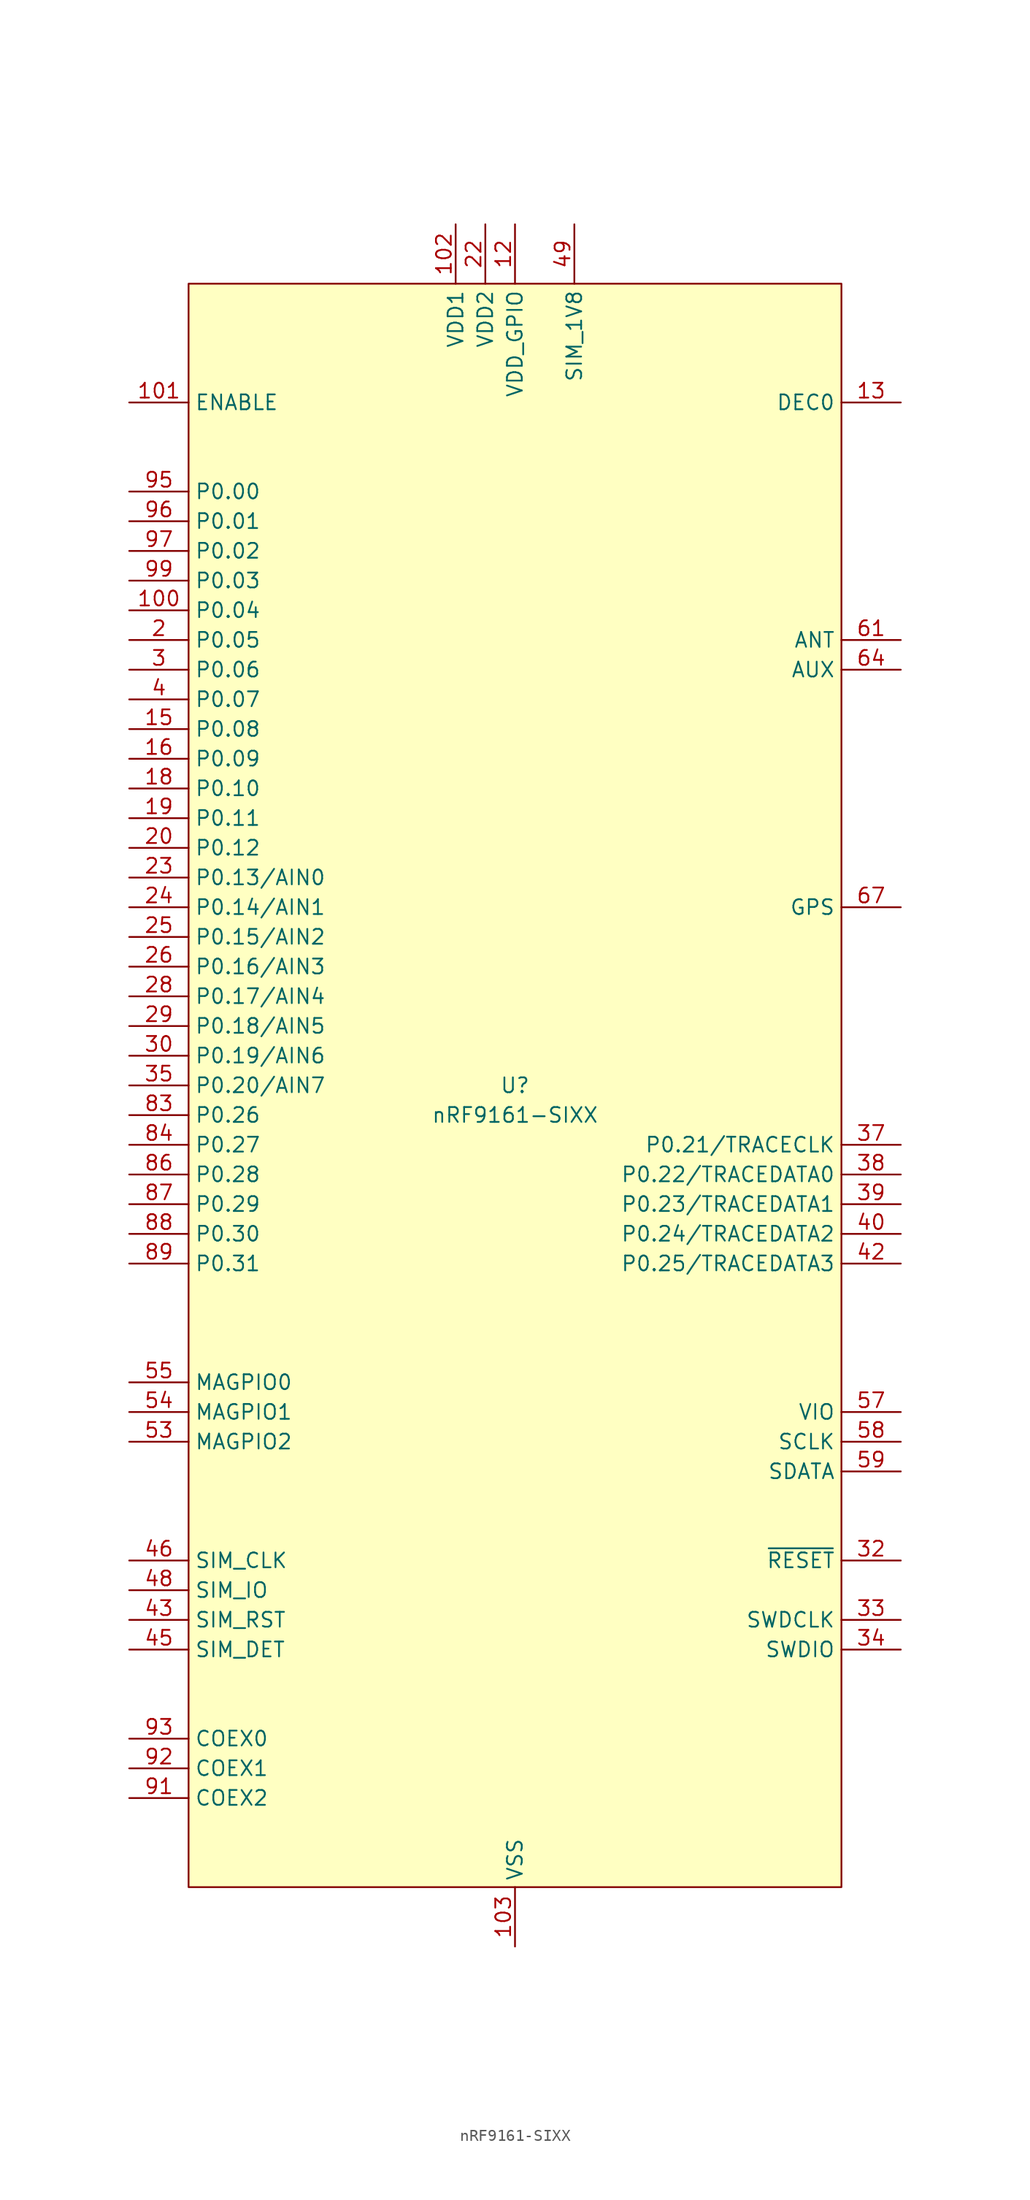
<source format=kicad_sym>
(kicad_symbol_lib
  (version 20241209)
  (generator "kicad_symbol_editor")
  (generator_version "9.0")
  (symbol "nRF9161-SIXX"
    (property "Reference" "U"
      (at 0 0 0)
      (do_not_autoplace)
      (effects (font (size 1.27 1.27))))
    (property "Value" "nRF9161-SIXX"
      (at 0 -2.54 0)
      (do_not_autoplace)
      (effects (font (size 1.27 1.27))))
    (symbol "nRF9161-SIXX_0_0"
      (pin bidirectional line (at -33.02 50.8 0) (length 5.08) (name "P0.00" (effects (font (size 1.27 1.27)))) (number "95" (effects (font (size 1.27 1.27)))))
      (pin bidirectional line (at -33.02 48.26 0) (length 5.08) (name "P0.01" (effects (font (size 1.27 1.27)))) (number "96" (effects (font (size 1.27 1.27)))))
      (pin bidirectional line (at -33.02 45.72 0) (length 5.08) (name "P0.02" (effects (font (size 1.27 1.27)))) (number "97" (effects (font (size 1.27 1.27)))))
      (pin bidirectional line (at -33.02 43.18 0) (length 5.08) (name "P0.03" (effects (font (size 1.27 1.27)))) (number "99" (effects (font (size 1.27 1.27)))))
      (pin bidirectional line (at -33.02 40.64 0) (length 5.08) (name "P0.04" (effects (font (size 1.27 1.27)))) (number "100" (effects (font (size 1.27 1.27)))))
      (pin bidirectional line (at -33.02 38.1 0) (length 5.08) (name "P0.05" (effects (font (size 1.27 1.27)))) (number "2" (effects (font (size 1.27 1.27)))))
      (pin bidirectional line (at -33.02 35.56 0) (length 5.08) (name "P0.06" (effects (font (size 1.27 1.27)))) (number "3" (effects (font (size 1.27 1.27)))))
      (pin bidirectional line (at -33.02 33.02 0) (length 5.08) (name "P0.07" (effects (font (size 1.27 1.27)))) (number "4" (effects (font (size 1.27 1.27)))))
      (pin bidirectional line (at -33.02 30.48 0) (length 5.08) (name "P0.08" (effects (font (size 1.27 1.27)))) (number "15" (effects (font (size 1.27 1.27)))))
      (pin bidirectional line (at -33.02 27.94 0) (length 5.08) (name "P0.09" (effects (font (size 1.27 1.27)))) (number "16" (effects (font (size 1.27 1.27)))))
      (pin bidirectional line (at -33.02 25.4 0) (length 5.08) (name "P0.10" (effects (font (size 1.27 1.27)))) (number "18" (effects (font (size 1.27 1.27)))))
      (pin bidirectional line (at -33.02 22.86 0) (length 5.08) (name "P0.11" (effects (font (size 1.27 1.27)))) (number "19" (effects (font (size 1.27 1.27)))))
      (pin bidirectional line (at -33.02 20.32 0) (length 5.08) (name "P0.12" (effects (font (size 1.27 1.27)))) (number "20" (effects (font (size 1.27 1.27)))))
      (pin bidirectional line (at -33.02 17.78 0) (length 5.08) (name "P0.13/AIN0" (effects (font (size 1.27 1.27)))) (number "23" (effects (font (size 1.27 1.27)))))
      (pin bidirectional line (at -33.02 15.24 0) (length 5.08) (name "P0.14/AIN1" (effects (font (size 1.27 1.27)))) (number "24" (effects (font (size 1.27 1.27)))))
      (pin bidirectional line (at -33.02 12.7 0) (length 5.08) (name "P0.15/AIN2" (effects (font (size 1.27 1.27)))) (number "25" (effects (font (size 1.27 1.27)))))
      (pin bidirectional line (at -33.02 10.16 0) (length 5.08) (name "P0.16/AIN3" (effects (font (size 1.27 1.27)))) (number "26" (effects (font (size 1.27 1.27)))))
      (pin bidirectional line (at -33.02 7.62 0) (length 5.08) (name "P0.17/AIN4" (effects (font (size 1.27 1.27)))) (number "28" (effects (font (size 1.27 1.27)))))
      (pin bidirectional line (at -33.02 5.08 0) (length 5.08) (name "P0.18/AIN5" (effects (font (size 1.27 1.27)))) (number "29" (effects (font (size 1.27 1.27)))))
      (pin bidirectional line (at -33.02 2.54 0) (length 5.08) (name "P0.19/AIN6" (effects (font (size 1.27 1.27)))) (number "30" (effects (font (size 1.27 1.27)))))
      (pin bidirectional line (at -33.02 0 0) (length 5.08) (name "P0.20/AIN7" (effects (font (size 1.27 1.27)))) (number "35" (effects (font (size 1.27 1.27)))))
      (pin bidirectional line (at -33.02 -2.54 0) (length 5.08) (name "P0.26" (effects (font (size 1.27 1.27)))) (number "83" (effects (font (size 1.27 1.27)))))
      (pin bidirectional line (at -33.02 -5.08 0) (length 5.08) (name "P0.27" (effects (font (size 1.27 1.27)))) (number "84" (effects (font (size 1.27 1.27)))))
      (pin bidirectional line (at -33.02 -7.62 0) (length 5.08) (name "P0.28" (effects (font (size 1.27 1.27)))) (number "86" (effects (font (size 1.27 1.27)))))
      (pin bidirectional line (at -33.02 -10.16 0) (length 5.08) (name "P0.29" (effects (font (size 1.27 1.27)))) (number "87" (effects (font (size 1.27 1.27)))))
      (pin bidirectional line (at -33.02 -12.7 0) (length 5.08) (name "P0.30" (effects (font (size 1.27 1.27)))) (number "88" (effects (font (size 1.27 1.27)))))
      (pin bidirectional line (at -33.02 -15.24 0) (length 5.08) (name "P0.31" (effects (font (size 1.27 1.27)))) (number "89" (effects (font (size 1.27 1.27)))))
      (pin bidirectional line (at -33.02 -25.4 0) (length 5.08) (name "MAGPIO0" (effects (font (size 1.27 1.27)))) (number "55" (effects (font (size 1.27 1.27)))))
      (pin bidirectional line (at -33.02 -27.94 0) (length 5.08) (name "MAGPIO1" (effects (font (size 1.27 1.27)))) (number "54" (effects (font (size 1.27 1.27)))))
      (pin bidirectional line (at -33.02 -30.48 0) (length 5.08) (name "MAGPIO2" (effects (font (size 1.27 1.27)))) (number "53" (effects (font (size 1.27 1.27)))))
      (pin bidirectional line (at -33.02 -40.64 0) (length 5.08) (name "SIM_CLK" (effects (font (size 1.27 1.27)))) (number "46" (effects (font (size 1.27 1.27)))))
      (pin bidirectional line (at -33.02 -43.18 0) (length 5.08) (name "SIM_IO" (effects (font (size 1.27 1.27)))) (number "48" (effects (font (size 1.27 1.27)))))
      (pin bidirectional line (at -33.02 -45.72 0) (length 5.08) (name "SIM_RST" (effects (font (size 1.27 1.27)))) (number "43" (effects (font (size 1.27 1.27)))))
      (pin bidirectional line (at -33.02 -48.26 0) (length 5.08) (name "SIM_DET" (effects (font (size 1.27 1.27)))) (number "45" (effects (font (size 1.27 1.27)))))
      (pin bidirectional line (at -33.02 -55.88 0) (length 5.08) (name "COEX0" (effects (font (size 1.27 1.27)))) (number "93" (effects (font (size 1.27 1.27)))))
      (pin bidirectional line (at -33.02 -58.42 0) (length 5.08) (name "COEX1" (effects (font (size 1.27 1.27)))) (number "92" (effects (font (size 1.27 1.27)))))
      (pin bidirectional line (at -33.02 -60.96 0) (length 5.08) (name "COEX2" (effects (font (size 1.27 1.27)))) (number "91" (effects (font (size 1.27 1.27)))))
      (pin power_in line (at -2.54 73.66 270) (length 5.08) (name "VDD2" (effects (font (size 1.27 1.27)))) (number "22" (effects (font (size 1.27 1.27)))))
      (pin power_in line (at 0 73.66 270) (length 5.08) (name "VDD_GPIO" (effects (font (size 1.27 1.27)))) (number "12" (effects (font (size 1.27 1.27)))))
      (pin power_in line (at 0 -73.66 90) (length 5.08) (name "VSS" (effects (font (size 1.27 1.27)))) (number "103" (effects (font (size 1.27 1.27)))))
      (pin power_in line (at 5.08 73.66 270) (length 5.08) (name "SIM_1V8" (effects (font (size 1.27 1.27)))) (number "49" (effects (font (size 1.27 1.27)))))
      (pin bidirectional line (at 33.02 38.1 180) (length 5.08) (name "ANT" (effects (font (size 1.27 1.27)))) (number "61" (effects (font (size 1.27 1.27)))))
      (pin bidirectional line (at 33.02 35.56 180) (length 5.08) (name "AUX" (effects (font (size 1.27 1.27)))) (number "64" (effects (font (size 1.27 1.27)))))
      (pin bidirectional line (at 33.02 -5.08 180) (length 5.08) (name "P0.21/TRACECLK" (effects (font (size 1.27 1.27)))) (number "37" (effects (font (size 1.27 1.27)))))
      (pin bidirectional line (at 33.02 -7.62 180) (length 5.08) (name "P0.22/TRACEDATA0" (effects (font (size 1.27 1.27)))) (number "38" (effects (font (size 1.27 1.27)))))
      (pin bidirectional line (at 33.02 -10.16 180) (length 5.08) (name "P0.23/TRACEDATA1" (effects (font (size 1.27 1.27)))) (number "39" (effects (font (size 1.27 1.27)))))
      (pin bidirectional line (at 33.02 -12.7 180) (length 5.08) (name "P0.24/TRACEDATA2" (effects (font (size 1.27 1.27)))) (number "40" (effects (font (size 1.27 1.27)))))
      (pin bidirectional line (at 33.02 -15.24 180) (length 5.08) (name "P0.25/TRACEDATA3" (effects (font (size 1.27 1.27)))) (number "42" (effects (font (size 1.27 1.27)))))
      (pin bidirectional line (at 33.02 -30.48 180) (length 5.08) (name "SCLK" (effects (font (size 1.27 1.27)))) (number "58" (effects (font (size 1.27 1.27)))))
      (pin bidirectional line (at 33.02 -33.02 180) (length 5.08) (name "SDATA" (effects (font (size 1.27 1.27)))) (number "59" (effects (font (size 1.27 1.27)))))
      (pin bidirectional line (at 33.02 -45.72 180) (length 5.08) (name "SWDCLK" (effects (font (size 1.27 1.27)))) (number "33" (effects (font (size 1.27 1.27)))))
      (pin bidirectional line (at 33.02 -48.26 180) (length 5.08) (name "SWDIO" (effects (font (size 1.27 1.27)))) (number "34" (effects (font (size 1.27 1.27))))))
    (symbol "nRF9161-SIXX_1_0"
      (pin input line (at -33.02 58.42 0) (length 5.08) (name "ENABLE" (effects (font (size 1.27 1.27)))) (number "101" (effects (font (size 1.27 1.27)))))
      (pin no_connect line (at -27.94 -50.8 0) (length 5.08) (hide yes) (name "NC" (effects (font (size 1.27 1.27)))) (number "115" (effects (font (size 1.27 1.27)))))
      (pin no_connect line (at -27.94 -53.34 0) (length 5.08) (hide yes) (name "NC" (effects (font (size 1.27 1.27)))) (number "125" (effects (font (size 1.27 1.27)))))
      (pin no_connect line (at -25.4 -68.58 90) (length 5.08) (hide yes) (name "NC" (effects (font (size 1.27 1.27)))) (number "117" (effects (font (size 1.27 1.27)))))
      (pin no_connect line (at -22.86 -68.58 90) (length 5.08) (hide yes) (name "NC" (effects (font (size 1.27 1.27)))) (number "114" (effects (font (size 1.27 1.27)))))
      (pin no_connect line (at -20.32 -68.58 90) (length 5.08) (hide yes) (name "NC" (effects (font (size 1.27 1.27)))) (number "106" (effects (font (size 1.27 1.27)))))
      (pin no_connect line (at -17.78 -68.58 90) (length 5.08) (hide yes) (name "NC" (effects (font (size 1.27 1.27)))) (number "118" (effects (font (size 1.27 1.27)))))
      (pin no_connect line (at -15.24 -68.58 90) (length 5.08) (hide yes) (name "NC" (effects (font (size 1.27 1.27)))) (number "107" (effects (font (size 1.27 1.27)))))
      (pin no_connect line (at -12.7 -68.58 90) (length 5.08) (hide yes) (name "NC" (effects (font (size 1.27 1.27)))) (number "108" (effects (font (size 1.27 1.27)))))
      (pin no_connect line (at -10.16 -68.58 90) (length 5.08) (hide yes) (name "NC" (effects (font (size 1.27 1.27)))) (number "127" (effects (font (size 1.27 1.27)))))
      (pin no_connect line (at -7.62 -68.58 90) (length 5.08) (hide yes) (name "NC" (effects (font (size 1.27 1.27)))) (number "70" (effects (font (size 1.27 1.27)))))
      (pin power_in line (at -5.08 73.66 270) (length 5.08) (name "VDD1" (effects (font (size 1.27 1.27)))) (number "102" (effects (font (size 1.27 1.27)))))
      (pin no_connect line (at -5.08 -68.58 90) (length 5.08) (hide yes) (name "NC" (effects (font (size 1.27 1.27)))) (number "119" (effects (font (size 1.27 1.27)))))
      (pin no_connect line (at -2.54 -68.58 90) (length 5.08) (hide yes) (name "NC" (effects (font (size 1.27 1.27)))) (number "71" (effects (font (size 1.27 1.27)))))
      (pin passive line (at 0 -73.66 90) (length 5.08) (hide yes) (name "GND_Shield" (effects (font (size 1.27 1.27)))) (number "1" (effects (font (size 1.27 1.27)))))
      (pin passive line (at 0 -73.66 90) (length 5.08) (hide yes) (name "GND_Shield" (effects (font (size 1.27 1.27)))) (number "11" (effects (font (size 1.27 1.27)))))
      (pin passive line (at 0 -73.66 90) (length 5.08) (hide yes) (name "GND_Shield" (effects (font (size 1.27 1.27)))) (number "14" (effects (font (size 1.27 1.27)))))
      (pin passive line (at 0 -73.66 90) (length 5.08) (hide yes) (name "GND_Shield" (effects (font (size 1.27 1.27)))) (number "17" (effects (font (size 1.27 1.27)))))
      (pin passive line (at 0 -73.66 90) (length 5.08) (hide yes) (name "GND_Shield" (effects (font (size 1.27 1.27)))) (number "21" (effects (font (size 1.27 1.27)))))
      (pin passive line (at 0 -73.66 90) (length 5.08) (hide yes) (name "GND_Shield" (effects (font (size 1.27 1.27)))) (number "27" (effects (font (size 1.27 1.27)))))
      (pin passive line (at 0 -73.66 90) (length 5.08) (hide yes) (name "GND_Shield" (effects (font (size 1.27 1.27)))) (number "31" (effects (font (size 1.27 1.27)))))
      (pin passive line (at 0 -73.66 90) (length 5.08) (hide yes) (name "GND_Shield" (effects (font (size 1.27 1.27)))) (number "36" (effects (font (size 1.27 1.27)))))
      (pin passive line (at 0 -73.66 90) (length 5.08) (hide yes) (name "GND_Shield" (effects (font (size 1.27 1.27)))) (number "41" (effects (font (size 1.27 1.27)))))
      (pin passive line (at 0 -73.66 90) (length 5.08) (hide yes) (name "GND_Shield" (effects (font (size 1.27 1.27)))) (number "44" (effects (font (size 1.27 1.27)))))
      (pin passive line (at 0 -73.66 90) (length 5.08) (hide yes) (name "GND_Shield" (effects (font (size 1.27 1.27)))) (number "47" (effects (font (size 1.27 1.27)))))
      (pin passive line (at 0 -73.66 90) (length 5.08) (hide yes) (name "GND_Shield" (effects (font (size 1.27 1.27)))) (number "5" (effects (font (size 1.27 1.27)))))
      (pin passive line (at 0 -73.66 90) (length 5.08) (hide yes) (name "GND_Shield" (effects (font (size 1.27 1.27)))) (number "50" (effects (font (size 1.27 1.27)))))
      (pin passive line (at 0 -73.66 90) (length 5.08) (hide yes) (name "GND_Shield" (effects (font (size 1.27 1.27)))) (number "52" (effects (font (size 1.27 1.27)))))
      (pin passive line (at 0 -73.66 90) (length 5.08) (hide yes) (name "GND_Shield" (effects (font (size 1.27 1.27)))) (number "56" (effects (font (size 1.27 1.27)))))
      (pin passive line (at 0 -73.66 90) (length 5.08) (hide yes) (name "GND_Shield" (effects (font (size 1.27 1.27)))) (number "6" (effects (font (size 1.27 1.27)))))
      (pin passive line (at 0 -73.66 90) (length 5.08) (hide yes) (name "GND_Shield" (effects (font (size 1.27 1.27)))) (number "60" (effects (font (size 1.27 1.27)))))
      (pin passive line (at 0 -73.66 90) (length 5.08) (hide yes) (name "GND_Shield" (effects (font (size 1.27 1.27)))) (number "62" (effects (font (size 1.27 1.27)))))
      (pin passive line (at 0 -73.66 90) (length 5.08) (hide yes) (name "GND_Shield" (effects (font (size 1.27 1.27)))) (number "63" (effects (font (size 1.27 1.27)))))
      (pin passive line (at 0 -73.66 90) (length 5.08) (hide yes) (name "GND_Shield" (effects (font (size 1.27 1.27)))) (number "65" (effects (font (size 1.27 1.27)))))
      (pin passive line (at 0 -73.66 90) (length 5.08) (hide yes) (name "GND_Shield" (effects (font (size 1.27 1.27)))) (number "66" (effects (font (size 1.27 1.27)))))
      (pin passive line (at 0 -73.66 90) (length 5.08) (hide yes) (name "GND_Shield" (effects (font (size 1.27 1.27)))) (number "68" (effects (font (size 1.27 1.27)))))
      (pin passive line (at 0 -73.66 90) (length 5.08) (hide yes) (name "GND_Shield" (effects (font (size 1.27 1.27)))) (number "69" (effects (font (size 1.27 1.27)))))
      (pin passive line (at 0 -73.66 90) (length 5.08) (hide yes) (name "GND_Shield" (effects (font (size 1.27 1.27)))) (number "7" (effects (font (size 1.27 1.27)))))
      (pin passive line (at 0 -73.66 90) (length 5.08) (hide yes) (name "GND_Shield" (effects (font (size 1.27 1.27)))) (number "72" (effects (font (size 1.27 1.27)))))
      (pin passive line (at 0 -73.66 90) (length 5.08) (hide yes) (name "GND_Shield" (effects (font (size 1.27 1.27)))) (number "74" (effects (font (size 1.27 1.27)))))
      (pin passive line (at 0 -73.66 90) (length 5.08) (hide yes) (name "GND_Shield" (effects (font (size 1.27 1.27)))) (number "75" (effects (font (size 1.27 1.27)))))
      (pin passive line (at 0 -73.66 90) (length 5.08) (hide yes) (name "GND_Shield" (effects (font (size 1.27 1.27)))) (number "76" (effects (font (size 1.27 1.27)))))
      (pin passive line (at 0 -73.66 90) (length 5.08) (hide yes) (name "GND_Shield" (effects (font (size 1.27 1.27)))) (number "77" (effects (font (size 1.27 1.27)))))
      (pin passive line (at 0 -73.66 90) (length 5.08) (hide yes) (name "GND_Shield" (effects (font (size 1.27 1.27)))) (number "78" (effects (font (size 1.27 1.27)))))
      (pin passive line (at 0 -73.66 90) (length 5.08) (hide yes) (name "GND_Shield" (effects (font (size 1.27 1.27)))) (number "79" (effects (font (size 1.27 1.27)))))
      (pin passive line (at 0 -73.66 90) (length 5.08) (hide yes) (name "GND_Shield" (effects (font (size 1.27 1.27)))) (number "8" (effects (font (size 1.27 1.27)))))
      (pin passive line (at 0 -73.66 90) (length 5.08) (hide yes) (name "GND_Shield" (effects (font (size 1.27 1.27)))) (number "80" (effects (font (size 1.27 1.27)))))
      (pin passive line (at 0 -73.66 90) (length 5.08) (hide yes) (name "GND_Shield" (effects (font (size 1.27 1.27)))) (number "81" (effects (font (size 1.27 1.27)))))
      (pin passive line (at 0 -73.66 90) (length 5.08) (hide yes) (name "GND_Shield" (effects (font (size 1.27 1.27)))) (number "82" (effects (font (size 1.27 1.27)))))
      (pin passive line (at 0 -73.66 90) (length 5.08) (hide yes) (name "GND_Shield" (effects (font (size 1.27 1.27)))) (number "85" (effects (font (size 1.27 1.27)))))
      (pin passive line (at 0 -73.66 90) (length 5.08) (hide yes) (name "GND_Shield" (effects (font (size 1.27 1.27)))) (number "9" (effects (font (size 1.27 1.27)))))
      (pin passive line (at 0 -73.66 90) (length 5.08) (hide yes) (name "GND_Shield" (effects (font (size 1.27 1.27)))) (number "90" (effects (font (size 1.27 1.27)))))
      (pin passive line (at 0 -73.66 90) (length 5.08) (hide yes) (name "GND_Shield" (effects (font (size 1.27 1.27)))) (number "94" (effects (font (size 1.27 1.27)))))
      (pin passive line (at 0 -73.66 90) (length 5.08) (hide yes) (name "GND_Shield" (effects (font (size 1.27 1.27)))) (number "98" (effects (font (size 1.27 1.27)))))
      (pin no_connect line (at 2.54 -68.58 90) (length 5.08) (hide yes) (name "NC" (effects (font (size 1.27 1.27)))) (number "104" (effects (font (size 1.27 1.27)))))
      (pin no_connect line (at 5.08 -68.58 90) (length 5.08) (hide yes) (name "NC" (effects (font (size 1.27 1.27)))) (number "122" (effects (font (size 1.27 1.27)))))
      (pin no_connect line (at 7.62 -68.58 90) (length 5.08) (hide yes) (name "NC" (effects (font (size 1.27 1.27)))) (number "111" (effects (font (size 1.27 1.27)))))
      (pin no_connect line (at 10.16 -68.58 90) (length 5.08) (hide yes) (name "NC" (effects (font (size 1.27 1.27)))) (number "51" (effects (font (size 1.27 1.27)))))
      (pin no_connect line (at 12.7 -68.58 90) (length 5.08) (hide yes) (name "NC" (effects (font (size 1.27 1.27)))) (number "73" (effects (font (size 1.27 1.27)))))
      (pin no_connect line (at 15.24 -68.58 90) (length 5.08) (hide yes) (name "NC" (effects (font (size 1.27 1.27)))) (number "110" (effects (font (size 1.27 1.27)))))
      (pin no_connect line (at 17.78 -68.58 90) (length 5.08) (hide yes) (name "NC" (effects (font (size 1.27 1.27)))) (number "121" (effects (font (size 1.27 1.27)))))
      (pin no_connect line (at 20.32 -68.58 90) (length 5.08) (hide yes) (name "NC" (effects (font (size 1.27 1.27)))) (number "10" (effects (font (size 1.27 1.27)))))
      (pin no_connect line (at 22.86 -68.58 90) (length 5.08) (hide yes) (name "NC" (effects (font (size 1.27 1.27)))) (number "109" (effects (font (size 1.27 1.27)))))
      (pin no_connect line (at 25.4 -68.58 90) (length 5.08) (hide yes) (name "NC" (effects (font (size 1.27 1.27)))) (number "120" (effects (font (size 1.27 1.27)))))
      (pin no_connect line (at 27.94 -22.86 180) (length 5.08) (hide yes) (name "NC" (effects (font (size 1.27 1.27)))) (number "112" (effects (font (size 1.27 1.27)))))
      (pin no_connect line (at 27.94 -35.56 180) (length 5.08) (hide yes) (name "NC" (effects (font (size 1.27 1.27)))) (number "123" (effects (font (size 1.27 1.27)))))
      (pin no_connect line (at 27.94 -38.1 180) (length 5.08) (hide yes) (name "NC" (effects (font (size 1.27 1.27)))) (number "124" (effects (font (size 1.27 1.27)))))
      (pin no_connect line (at 27.94 -50.8 180) (length 5.08) (hide yes) (name "NC" (effects (font (size 1.27 1.27)))) (number "113" (effects (font (size 1.27 1.27)))))
      (pin no_connect line (at 27.94 -53.34 180) (length 5.08) (hide yes) (name "NC" (effects (font (size 1.27 1.27)))) (number "105" (effects (font (size 1.27 1.27)))))
      (pin no_connect line (at 27.94 -55.88 180) (length 5.08) (hide yes) (name "NC" (effects (font (size 1.27 1.27)))) (number "126" (effects (font (size 1.27 1.27)))))
      (pin no_connect line (at 27.94 -66.04 180) (length 5.08) (hide yes) (name "NC" (effects (font (size 1.27 1.27)))) (number "116" (effects (font (size 1.27 1.27)))))
      (pin passive line (at 33.02 58.42 180) (length 5.08) (name "DEC0" (effects (font (size 1.27 1.27)))) (number "13" (effects (font (size 1.27 1.27)))))
      (pin input line (at 33.02 15.24 180) (length 5.08) (name "GPS" (effects (font (size 1.27 1.27)))) (number "67" (effects (font (size 1.27 1.27)))))
      (pin power_in line (at 33.02 -27.94 180) (length 5.08) (name "VIO" (effects (font (size 1.27 1.27)))) (number "57" (effects (font (size 1.27 1.27)))))
      (pin input line (at 33.02 -40.64 180) (length 5.08) (name "~{RESET}" (effects (font (size 1.27 1.27)))) (number "32" (effects (font (size 1.27 1.27))))))
    (symbol "nRF9161-SIXX_1_1"
      (rectangle (start -27.94 68.58) (end 27.94 -68.58) (stroke (width 0) (type default)) (fill (type background))))))
</source>
